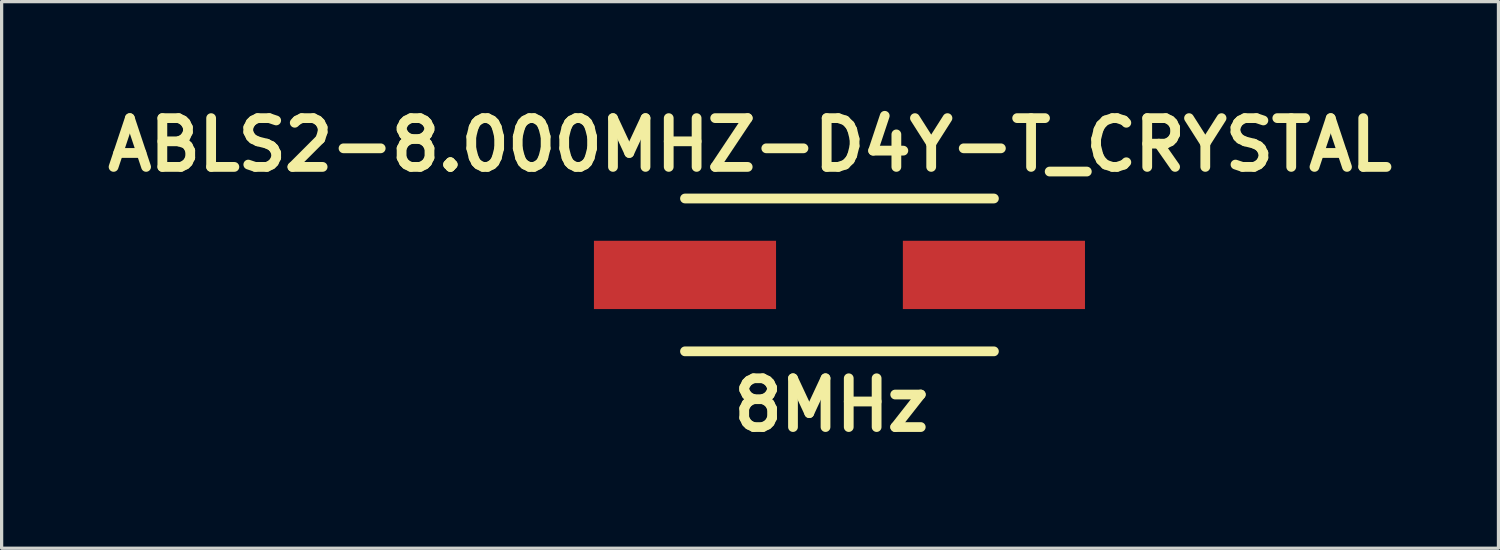
<source format=kicad_pcb>
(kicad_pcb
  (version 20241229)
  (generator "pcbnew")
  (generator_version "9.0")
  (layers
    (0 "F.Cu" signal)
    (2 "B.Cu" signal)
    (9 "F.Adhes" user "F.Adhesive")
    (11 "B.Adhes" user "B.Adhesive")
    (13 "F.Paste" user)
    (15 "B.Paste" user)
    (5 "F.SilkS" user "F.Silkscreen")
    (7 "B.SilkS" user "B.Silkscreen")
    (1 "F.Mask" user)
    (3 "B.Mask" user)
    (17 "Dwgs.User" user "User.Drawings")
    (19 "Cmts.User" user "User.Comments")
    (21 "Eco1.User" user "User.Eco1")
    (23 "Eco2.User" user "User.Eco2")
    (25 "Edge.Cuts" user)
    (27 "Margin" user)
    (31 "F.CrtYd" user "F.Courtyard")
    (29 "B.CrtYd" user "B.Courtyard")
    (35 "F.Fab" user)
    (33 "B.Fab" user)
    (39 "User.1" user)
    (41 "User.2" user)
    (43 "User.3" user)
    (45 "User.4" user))
  (footprint "ABLS2-8.000MHZ-D4Y-T_CRYSTAL"
    (layer "F.Cu")
    (at 18.014 5.404)
    (property "Reference" "ABLS2-8.000MHZ-D4Y-T_CRYSTAL" (at 2 -4 0) (layer "F.SilkS") (effects (font (size 1.5 1.5) (thickness 0.3))))
    (attr through_hole)
    (fp_line (start 0 -2.35) (end 9.5 -2.35) (stroke (width 0.3) (type solid)) (layer "F.SilkS"))
    (fp_line (start 0 2.35) (end 9.5 2.35) (stroke (width 0.3) (type solid)) (layer "F.SilkS"))
    (fp_text user "8MHz" (at 4.5 4 0) (layer "F.SilkS") (effects (font (size 1.5 1.5) (thickness 0.3))))
    (pad "1" smd rect (at 0 0) (size 5.6 2.1) (layers "F.Cu" "F.Mask" "F.Paste"))
    (pad "2" smd rect (at 9.5 0) (size 5.6 2.1) (layers "F.Cu" "F.Mask" "F.Paste")))
  (gr_rect
    (start -3 -3)
    (end 43.029 13.808)
    (stroke (width 0.1) (type default))
    (fill no)
    (layer "Edge.Cuts")))
</source>
